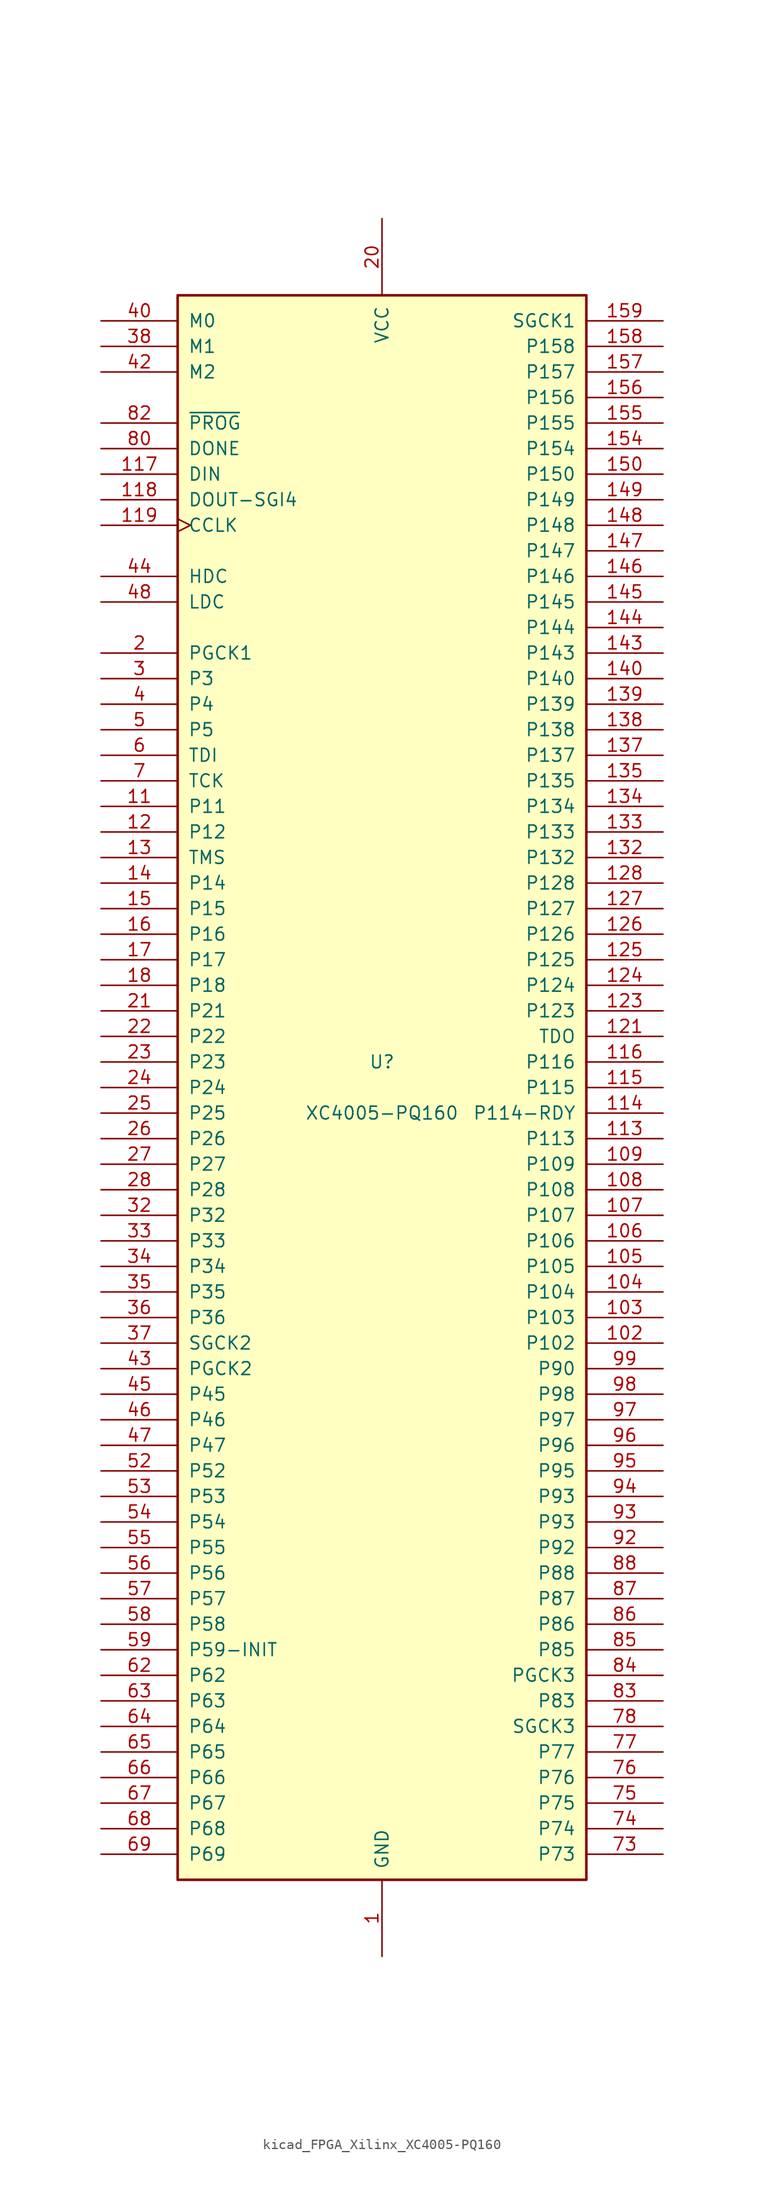
<source format=kicad_sym>
(kicad_symbol_lib
  (version 20220914)
  (generator kicad_symbol_editor)
  (symbol "kicad_FPGA_Xilinx_XC4005-PQ160"
    (pin_names
      (offset 1.016))
    (property "Reference" "U"
      (at 0 2.54 0)
      (effects (font (size 1.27 1.27))))
    (property "Value" "XC4005-PQ160"
      (at 0 -2.54 0)
      (effects (font (size 1.27 1.27))))
    (symbol "kicad_FPGA_Xilinx_XC4005-PQ160_0_1"
      (rectangle (start -20.32 -78.74) (end 20.32 78.74) (stroke (width 0.254) (type default)) (fill (type background))))
    (symbol "kicad_FPGA_Xilinx_XC4005-PQ160_1_1"
      (pin power_in line (at 0 -86.36 90) (length 7.62) (name "GND" (effects (font (size 1.27 1.27)))) (number "1" (effects (font (size 1.27 1.27)))))
      (pin passive line (at 0 -86.36 90) (length 7.62) hide (name "GND" (effects (font (size 1.27 1.27)))) (number "10" (effects (font (size 1.27 1.27)))))
      (pin passive line (at 0 86.36 270) (length 7.62) hide (name "VCC" (effects (font (size 1.27 1.27)))) (number "100" (effects (font (size 1.27 1.27)))))
      (pin passive line (at 0 -86.36 90) (length 7.62) hide (name "GND" (effects (font (size 1.27 1.27)))) (number "101" (effects (font (size 1.27 1.27)))))
      (pin passive line (at 27.94 -25.4 180) (length 7.62) (name "P102" (effects (font (size 1.27 1.27)))) (number "102" (effects (font (size 1.27 1.27)))))
      (pin passive line (at 27.94 -22.86 180) (length 7.62) (name "P103" (effects (font (size 1.27 1.27)))) (number "103" (effects (font (size 1.27 1.27)))))
      (pin passive line (at 27.94 -20.32 180) (length 7.62) (name "P104" (effects (font (size 1.27 1.27)))) (number "104" (effects (font (size 1.27 1.27)))))
      (pin passive line (at 27.94 -17.78 180) (length 7.62) (name "P105" (effects (font (size 1.27 1.27)))) (number "105" (effects (font (size 1.27 1.27)))))
      (pin passive line (at 27.94 -15.24 180) (length 7.62) (name "P106" (effects (font (size 1.27 1.27)))) (number "106" (effects (font (size 1.27 1.27)))))
      (pin passive line (at 27.94 -12.7 180) (length 7.62) (name "P107" (effects (font (size 1.27 1.27)))) (number "107" (effects (font (size 1.27 1.27)))))
      (pin passive line (at 27.94 -10.16 180) (length 7.62) (name "P108" (effects (font (size 1.27 1.27)))) (number "108" (effects (font (size 1.27 1.27)))))
      (pin passive line (at 27.94 -7.62 180) (length 7.62) (name "P109" (effects (font (size 1.27 1.27)))) (number "109" (effects (font (size 1.27 1.27)))))
      (pin passive line (at -27.94 27.94 0) (length 7.62) (name "P11" (effects (font (size 1.27 1.27)))) (number "11" (effects (font (size 1.27 1.27)))))
      (pin passive line (at 0 -86.36 90) (length 7.62) hide (name "GND" (effects (font (size 1.27 1.27)))) (number "110" (effects (font (size 1.27 1.27)))))
      (pin passive line (at 27.94 -5.08 180) (length 7.62) (name "P113" (effects (font (size 1.27 1.27)))) (number "113" (effects (font (size 1.27 1.27)))))
      (pin passive line (at 27.94 -2.54 180) (length 7.62) (name "P114-RDY" (effects (font (size 1.27 1.27)))) (number "114" (effects (font (size 1.27 1.27)))))
      (pin passive line (at 27.94 0 180) (length 7.62) (name "P115" (effects (font (size 1.27 1.27)))) (number "115" (effects (font (size 1.27 1.27)))))
      (pin passive line (at 27.94 2.54 180) (length 7.62) (name "P116" (effects (font (size 1.27 1.27)))) (number "116" (effects (font (size 1.27 1.27)))))
      (pin input line (at -27.94 60.96 0) (length 7.62) (name "DIN" (effects (font (size 1.27 1.27)))) (number "117" (effects (font (size 1.27 1.27)))))
      (pin passive line (at -27.94 58.42 0) (length 7.62) (name "DOUT-SGI4" (effects (font (size 1.27 1.27)))) (number "118" (effects (font (size 1.27 1.27)))))
      (pin passive clock (at -27.94 55.88 0) (length 7.62) (name "CCLK" (effects (font (size 1.27 1.27)))) (number "119" (effects (font (size 1.27 1.27)))))
      (pin passive line (at -27.94 25.4 0) (length 7.62) (name "P12" (effects (font (size 1.27 1.27)))) (number "12" (effects (font (size 1.27 1.27)))))
      (pin passive line (at 0 86.36 270) (length 7.62) hide (name "VCC" (effects (font (size 1.27 1.27)))) (number "120" (effects (font (size 1.27 1.27)))))
      (pin output line (at 27.94 5.08 180) (length 7.62) (name "TDO" (effects (font (size 1.27 1.27)))) (number "121" (effects (font (size 1.27 1.27)))))
      (pin passive line (at 0 -86.36 90) (length 7.62) hide (name "GND" (effects (font (size 1.27 1.27)))) (number "122" (effects (font (size 1.27 1.27)))))
      (pin passive line (at 27.94 7.62 180) (length 7.62) (name "P123" (effects (font (size 1.27 1.27)))) (number "123" (effects (font (size 1.27 1.27)))))
      (pin passive line (at 27.94 10.16 180) (length 7.62) (name "P124" (effects (font (size 1.27 1.27)))) (number "124" (effects (font (size 1.27 1.27)))))
      (pin passive line (at 27.94 12.7 180) (length 7.62) (name "P125" (effects (font (size 1.27 1.27)))) (number "125" (effects (font (size 1.27 1.27)))))
      (pin passive line (at 27.94 15.24 180) (length 7.62) (name "P126" (effects (font (size 1.27 1.27)))) (number "126" (effects (font (size 1.27 1.27)))))
      (pin passive line (at 27.94 17.78 180) (length 7.62) (name "P127" (effects (font (size 1.27 1.27)))) (number "127" (effects (font (size 1.27 1.27)))))
      (pin passive line (at 27.94 20.32 180) (length 7.62) (name "P128" (effects (font (size 1.27 1.27)))) (number "128" (effects (font (size 1.27 1.27)))))
      (pin passive line (at -27.94 22.86 0) (length 7.62) (name "TMS" (effects (font (size 1.27 1.27)))) (number "13" (effects (font (size 1.27 1.27)))))
      (pin passive line (at 0 -86.36 90) (length 7.62) hide (name "GND" (effects (font (size 1.27 1.27)))) (number "131" (effects (font (size 1.27 1.27)))))
      (pin passive line (at 27.94 22.86 180) (length 7.62) (name "P132" (effects (font (size 1.27 1.27)))) (number "132" (effects (font (size 1.27 1.27)))))
      (pin passive line (at 27.94 25.4 180) (length 7.62) (name "P133" (effects (font (size 1.27 1.27)))) (number "133" (effects (font (size 1.27 1.27)))))
      (pin passive line (at 27.94 27.94 180) (length 7.62) (name "P134" (effects (font (size 1.27 1.27)))) (number "134" (effects (font (size 1.27 1.27)))))
      (pin passive line (at 27.94 30.48 180) (length 7.62) (name "P135" (effects (font (size 1.27 1.27)))) (number "135" (effects (font (size 1.27 1.27)))))
      (pin passive line (at 27.94 33.02 180) (length 7.62) (name "P137" (effects (font (size 1.27 1.27)))) (number "137" (effects (font (size 1.27 1.27)))))
      (pin passive line (at 27.94 35.56 180) (length 7.62) (name "P138" (effects (font (size 1.27 1.27)))) (number "138" (effects (font (size 1.27 1.27)))))
      (pin passive line (at 27.94 38.1 180) (length 7.62) (name "P139" (effects (font (size 1.27 1.27)))) (number "139" (effects (font (size 1.27 1.27)))))
      (pin passive line (at -27.94 20.32 0) (length 7.62) (name "P14" (effects (font (size 1.27 1.27)))) (number "14" (effects (font (size 1.27 1.27)))))
      (pin passive line (at 27.94 40.64 180) (length 7.62) (name "P140" (effects (font (size 1.27 1.27)))) (number "140" (effects (font (size 1.27 1.27)))))
      (pin passive line (at 0 -86.36 90) (length 7.62) hide (name "GND" (effects (font (size 1.27 1.27)))) (number "141" (effects (font (size 1.27 1.27)))))
      (pin passive line (at 0 86.36 270) (length 7.62) hide (name "VCC" (effects (font (size 1.27 1.27)))) (number "142" (effects (font (size 1.27 1.27)))))
      (pin passive line (at 27.94 43.18 180) (length 7.62) (name "P143" (effects (font (size 1.27 1.27)))) (number "143" (effects (font (size 1.27 1.27)))))
      (pin passive line (at 27.94 45.72 180) (length 7.62) (name "P144" (effects (font (size 1.27 1.27)))) (number "144" (effects (font (size 1.27 1.27)))))
      (pin passive line (at 27.94 48.26 180) (length 7.62) (name "P145" (effects (font (size 1.27 1.27)))) (number "145" (effects (font (size 1.27 1.27)))))
      (pin passive line (at 27.94 50.8 180) (length 7.62) (name "P146" (effects (font (size 1.27 1.27)))) (number "146" (effects (font (size 1.27 1.27)))))
      (pin passive line (at 27.94 53.34 180) (length 7.62) (name "P147" (effects (font (size 1.27 1.27)))) (number "147" (effects (font (size 1.27 1.27)))))
      (pin passive line (at 27.94 55.88 180) (length 7.62) (name "P148" (effects (font (size 1.27 1.27)))) (number "148" (effects (font (size 1.27 1.27)))))
      (pin passive line (at 27.94 58.42 180) (length 7.62) (name "P149" (effects (font (size 1.27 1.27)))) (number "149" (effects (font (size 1.27 1.27)))))
      (pin passive line (at -27.94 17.78 0) (length 7.62) (name "P15" (effects (font (size 1.27 1.27)))) (number "15" (effects (font (size 1.27 1.27)))))
      (pin passive line (at 27.94 60.96 180) (length 7.62) (name "P150" (effects (font (size 1.27 1.27)))) (number "150" (effects (font (size 1.27 1.27)))))
      (pin passive line (at 0 -86.36 90) (length 7.62) hide (name "GND" (effects (font (size 1.27 1.27)))) (number "151" (effects (font (size 1.27 1.27)))))
      (pin passive line (at 27.94 63.5 180) (length 7.62) (name "P154" (effects (font (size 1.27 1.27)))) (number "154" (effects (font (size 1.27 1.27)))))
      (pin passive line (at 27.94 66.04 180) (length 7.62) (name "P155" (effects (font (size 1.27 1.27)))) (number "155" (effects (font (size 1.27 1.27)))))
      (pin passive line (at 27.94 68.58 180) (length 7.62) (name "P156" (effects (font (size 1.27 1.27)))) (number "156" (effects (font (size 1.27 1.27)))))
      (pin passive line (at 27.94 71.12 180) (length 7.62) (name "P157" (effects (font (size 1.27 1.27)))) (number "157" (effects (font (size 1.27 1.27)))))
      (pin passive line (at 27.94 73.66 180) (length 7.62) (name "P158" (effects (font (size 1.27 1.27)))) (number "158" (effects (font (size 1.27 1.27)))))
      (pin passive line (at 27.94 76.2 180) (length 7.62) (name "SGCK1" (effects (font (size 1.27 1.27)))) (number "159" (effects (font (size 1.27 1.27)))))
      (pin passive line (at -27.94 15.24 0) (length 7.62) (name "P16" (effects (font (size 1.27 1.27)))) (number "16" (effects (font (size 1.27 1.27)))))
      (pin passive line (at 0 86.36 270) (length 7.62) hide (name "VCC" (effects (font (size 1.27 1.27)))) (number "160" (effects (font (size 1.27 1.27)))))
      (pin passive line (at -27.94 12.7 0) (length 7.62) (name "P17" (effects (font (size 1.27 1.27)))) (number "17" (effects (font (size 1.27 1.27)))))
      (pin passive line (at -27.94 10.16 0) (length 7.62) (name "P18" (effects (font (size 1.27 1.27)))) (number "18" (effects (font (size 1.27 1.27)))))
      (pin passive line (at 0 -86.36 90) (length 7.62) hide (name "GND" (effects (font (size 1.27 1.27)))) (number "19" (effects (font (size 1.27 1.27)))))
      (pin bidirectional line (at -27.94 43.18 0) (length 7.62) (name "PGCK1" (effects (font (size 1.27 1.27)))) (number "2" (effects (font (size 1.27 1.27)))))
      (pin power_in line (at 0 86.36 270) (length 7.62) (name "VCC" (effects (font (size 1.27 1.27)))) (number "20" (effects (font (size 1.27 1.27)))))
      (pin passive line (at -27.94 7.62 0) (length 7.62) (name "P21" (effects (font (size 1.27 1.27)))) (number "21" (effects (font (size 1.27 1.27)))))
      (pin passive line (at -27.94 5.08 0) (length 7.62) (name "P22" (effects (font (size 1.27 1.27)))) (number "22" (effects (font (size 1.27 1.27)))))
      (pin passive line (at -27.94 2.54 0) (length 7.62) (name "P23" (effects (font (size 1.27 1.27)))) (number "23" (effects (font (size 1.27 1.27)))))
      (pin passive line (at -27.94 0 0) (length 7.62) (name "P24" (effects (font (size 1.27 1.27)))) (number "24" (effects (font (size 1.27 1.27)))))
      (pin passive line (at -27.94 -2.54 0) (length 7.62) (name "P25" (effects (font (size 1.27 1.27)))) (number "25" (effects (font (size 1.27 1.27)))))
      (pin passive line (at -27.94 -5.08 0) (length 7.62) (name "P26" (effects (font (size 1.27 1.27)))) (number "26" (effects (font (size 1.27 1.27)))))
      (pin passive line (at -27.94 -7.62 0) (length 7.62) (name "P27" (effects (font (size 1.27 1.27)))) (number "27" (effects (font (size 1.27 1.27)))))
      (pin passive line (at -27.94 -10.16 0) (length 7.62) (name "P28" (effects (font (size 1.27 1.27)))) (number "28" (effects (font (size 1.27 1.27)))))
      (pin passive line (at 0 -86.36 90) (length 7.62) hide (name "GND" (effects (font (size 1.27 1.27)))) (number "29" (effects (font (size 1.27 1.27)))))
      (pin passive line (at -27.94 40.64 0) (length 7.62) (name "P3" (effects (font (size 1.27 1.27)))) (number "3" (effects (font (size 1.27 1.27)))))
      (pin passive line (at -27.94 -12.7 0) (length 7.62) (name "P32" (effects (font (size 1.27 1.27)))) (number "32" (effects (font (size 1.27 1.27)))))
      (pin passive line (at -27.94 -15.24 0) (length 7.62) (name "P33" (effects (font (size 1.27 1.27)))) (number "33" (effects (font (size 1.27 1.27)))))
      (pin passive line (at -27.94 -17.78 0) (length 7.62) (name "P34" (effects (font (size 1.27 1.27)))) (number "34" (effects (font (size 1.27 1.27)))))
      (pin passive line (at -27.94 -20.32 0) (length 7.62) (name "P35" (effects (font (size 1.27 1.27)))) (number "35" (effects (font (size 1.27 1.27)))))
      (pin passive line (at -27.94 -22.86 0) (length 7.62) (name "P36" (effects (font (size 1.27 1.27)))) (number "36" (effects (font (size 1.27 1.27)))))
      (pin passive line (at -27.94 -25.4 0) (length 7.62) (name "SGCK2" (effects (font (size 1.27 1.27)))) (number "37" (effects (font (size 1.27 1.27)))))
      (pin input line (at -27.94 73.66 0) (length 7.62) (name "M1" (effects (font (size 1.27 1.27)))) (number "38" (effects (font (size 1.27 1.27)))))
      (pin passive line (at 0 -86.36 90) (length 7.62) hide (name "GND" (effects (font (size 1.27 1.27)))) (number "39" (effects (font (size 1.27 1.27)))))
      (pin passive line (at -27.94 38.1 0) (length 7.62) (name "P4" (effects (font (size 1.27 1.27)))) (number "4" (effects (font (size 1.27 1.27)))))
      (pin input line (at -27.94 76.2 0) (length 7.62) (name "M0" (effects (font (size 1.27 1.27)))) (number "40" (effects (font (size 1.27 1.27)))))
      (pin passive line (at 0 86.36 270) (length 7.62) hide (name "VCC" (effects (font (size 1.27 1.27)))) (number "41" (effects (font (size 1.27 1.27)))))
      (pin input line (at -27.94 71.12 0) (length 7.62) (name "M2" (effects (font (size 1.27 1.27)))) (number "42" (effects (font (size 1.27 1.27)))))
      (pin passive line (at -27.94 -27.94 0) (length 7.62) (name "PGCK2" (effects (font (size 1.27 1.27)))) (number "43" (effects (font (size 1.27 1.27)))))
      (pin passive line (at -27.94 50.8 0) (length 7.62) (name "HDC" (effects (font (size 1.27 1.27)))) (number "44" (effects (font (size 1.27 1.27)))))
      (pin passive line (at -27.94 -30.48 0) (length 7.62) (name "P45" (effects (font (size 1.27 1.27)))) (number "45" (effects (font (size 1.27 1.27)))))
      (pin passive line (at -27.94 -33.02 0) (length 7.62) (name "P46" (effects (font (size 1.27 1.27)))) (number "46" (effects (font (size 1.27 1.27)))))
      (pin passive line (at -27.94 -35.56 0) (length 7.62) (name "P47" (effects (font (size 1.27 1.27)))) (number "47" (effects (font (size 1.27 1.27)))))
      (pin passive line (at -27.94 48.26 0) (length 7.62) (name "LDC" (effects (font (size 1.27 1.27)))) (number "48" (effects (font (size 1.27 1.27)))))
      (pin passive line (at -27.94 35.56 0) (length 7.62) (name "P5" (effects (font (size 1.27 1.27)))) (number "5" (effects (font (size 1.27 1.27)))))
      (pin passive line (at 0 -86.36 90) (length 7.62) hide (name "GND" (effects (font (size 1.27 1.27)))) (number "51" (effects (font (size 1.27 1.27)))))
      (pin passive line (at -27.94 -38.1 0) (length 7.62) (name "P52" (effects (font (size 1.27 1.27)))) (number "52" (effects (font (size 1.27 1.27)))))
      (pin passive line (at -27.94 -40.64 0) (length 7.62) (name "P53" (effects (font (size 1.27 1.27)))) (number "53" (effects (font (size 1.27 1.27)))))
      (pin passive line (at -27.94 -43.18 0) (length 7.62) (name "P54" (effects (font (size 1.27 1.27)))) (number "54" (effects (font (size 1.27 1.27)))))
      (pin passive line (at -27.94 -45.72 0) (length 7.62) (name "P55" (effects (font (size 1.27 1.27)))) (number "55" (effects (font (size 1.27 1.27)))))
      (pin passive line (at -27.94 -48.26 0) (length 7.62) (name "P56" (effects (font (size 1.27 1.27)))) (number "56" (effects (font (size 1.27 1.27)))))
      (pin passive line (at -27.94 -50.8 0) (length 7.62) (name "P57" (effects (font (size 1.27 1.27)))) (number "57" (effects (font (size 1.27 1.27)))))
      (pin passive line (at -27.94 -53.34 0) (length 7.62) (name "P58" (effects (font (size 1.27 1.27)))) (number "58" (effects (font (size 1.27 1.27)))))
      (pin passive line (at -27.94 -55.88 0) (length 7.62) (name "P59-INIT" (effects (font (size 1.27 1.27)))) (number "59" (effects (font (size 1.27 1.27)))))
      (pin passive line (at -27.94 33.02 0) (length 7.62) (name "TDI" (effects (font (size 1.27 1.27)))) (number "6" (effects (font (size 1.27 1.27)))))
      (pin passive line (at 0 86.36 270) (length 7.62) hide (name "VCC" (effects (font (size 1.27 1.27)))) (number "60" (effects (font (size 1.27 1.27)))))
      (pin passive line (at 0 -86.36 90) (length 7.62) hide (name "GND" (effects (font (size 1.27 1.27)))) (number "61" (effects (font (size 1.27 1.27)))))
      (pin passive line (at -27.94 -58.42 0) (length 7.62) (name "P62" (effects (font (size 1.27 1.27)))) (number "62" (effects (font (size 1.27 1.27)))))
      (pin passive line (at -27.94 -60.96 0) (length 7.62) (name "P63" (effects (font (size 1.27 1.27)))) (number "63" (effects (font (size 1.27 1.27)))))
      (pin passive line (at -27.94 -63.5 0) (length 7.62) (name "P64" (effects (font (size 1.27 1.27)))) (number "64" (effects (font (size 1.27 1.27)))))
      (pin passive line (at -27.94 -66.04 0) (length 7.62) (name "P65" (effects (font (size 1.27 1.27)))) (number "65" (effects (font (size 1.27 1.27)))))
      (pin passive line (at -27.94 -68.58 0) (length 7.62) (name "P66" (effects (font (size 1.27 1.27)))) (number "66" (effects (font (size 1.27 1.27)))))
      (pin passive line (at -27.94 -71.12 0) (length 7.62) (name "P67" (effects (font (size 1.27 1.27)))) (number "67" (effects (font (size 1.27 1.27)))))
      (pin bidirectional line (at -27.94 -73.66 0) (length 7.62) (name "P68" (effects (font (size 1.27 1.27)))) (number "68" (effects (font (size 1.27 1.27)))))
      (pin passive line (at -27.94 -76.2 0) (length 7.62) (name "P69" (effects (font (size 1.27 1.27)))) (number "69" (effects (font (size 1.27 1.27)))))
      (pin passive line (at -27.94 30.48 0) (length 7.62) (name "TCK" (effects (font (size 1.27 1.27)))) (number "7" (effects (font (size 1.27 1.27)))))
      (pin passive line (at 0 -86.36 90) (length 7.62) hide (name "GND" (effects (font (size 1.27 1.27)))) (number "70" (effects (font (size 1.27 1.27)))))
      (pin passive line (at 27.94 -76.2 180) (length 7.62) (name "P73" (effects (font (size 1.27 1.27)))) (number "73" (effects (font (size 1.27 1.27)))))
      (pin passive line (at 27.94 -73.66 180) (length 7.62) (name "P74" (effects (font (size 1.27 1.27)))) (number "74" (effects (font (size 1.27 1.27)))))
      (pin passive line (at 27.94 -71.12 180) (length 7.62) (name "P75" (effects (font (size 1.27 1.27)))) (number "75" (effects (font (size 1.27 1.27)))))
      (pin passive line (at 27.94 -68.58 180) (length 7.62) (name "P76" (effects (font (size 1.27 1.27)))) (number "76" (effects (font (size 1.27 1.27)))))
      (pin passive line (at 27.94 -66.04 180) (length 7.62) (name "P77" (effects (font (size 1.27 1.27)))) (number "77" (effects (font (size 1.27 1.27)))))
      (pin passive line (at 27.94 -63.5 180) (length 7.62) (name "SGCK3" (effects (font (size 1.27 1.27)))) (number "78" (effects (font (size 1.27 1.27)))))
      (pin passive line (at 0 -86.36 90) (length 7.62) hide (name "GND" (effects (font (size 1.27 1.27)))) (number "79" (effects (font (size 1.27 1.27)))))
      (pin bidirectional line (at -27.94 63.5 0) (length 7.62) (name "DONE" (effects (font (size 1.27 1.27)))) (number "80" (effects (font (size 1.27 1.27)))))
      (pin passive line (at 0 86.36 270) (length 7.62) hide (name "VCC" (effects (font (size 1.27 1.27)))) (number "81" (effects (font (size 1.27 1.27)))))
      (pin input line (at -27.94 66.04 0) (length 7.62) (name "~{PROG}" (effects (font (size 1.27 1.27)))) (number "82" (effects (font (size 1.27 1.27)))))
      (pin passive line (at 27.94 -60.96 180) (length 7.62) (name "P83" (effects (font (size 1.27 1.27)))) (number "83" (effects (font (size 1.27 1.27)))))
      (pin passive line (at 27.94 -58.42 180) (length 7.62) (name "PGCK3" (effects (font (size 1.27 1.27)))) (number "84" (effects (font (size 1.27 1.27)))))
      (pin passive line (at 27.94 -55.88 180) (length 7.62) (name "P85" (effects (font (size 1.27 1.27)))) (number "85" (effects (font (size 1.27 1.27)))))
      (pin passive line (at 27.94 -53.34 180) (length 7.62) (name "P86" (effects (font (size 1.27 1.27)))) (number "86" (effects (font (size 1.27 1.27)))))
      (pin passive line (at 27.94 -50.8 180) (length 7.62) (name "P87" (effects (font (size 1.27 1.27)))) (number "87" (effects (font (size 1.27 1.27)))))
      (pin passive line (at 27.94 -48.26 180) (length 7.62) (name "P88" (effects (font (size 1.27 1.27)))) (number "88" (effects (font (size 1.27 1.27)))))
      (pin passive line (at 0 -86.36 90) (length 7.62) hide (name "GND" (effects (font (size 1.27 1.27)))) (number "91" (effects (font (size 1.27 1.27)))))
      (pin passive line (at 27.94 -45.72 180) (length 7.62) (name "P92" (effects (font (size 1.27 1.27)))) (number "92" (effects (font (size 1.27 1.27)))))
      (pin passive line (at 27.94 -43.18 180) (length 7.62) (name "P93" (effects (font (size 1.27 1.27)))) (number "93" (effects (font (size 1.27 1.27)))))
      (pin passive line (at 27.94 -40.64 180) (length 7.62) (name "P93" (effects (font (size 1.27 1.27)))) (number "94" (effects (font (size 1.27 1.27)))))
      (pin passive line (at 27.94 -38.1 180) (length 7.62) (name "P95" (effects (font (size 1.27 1.27)))) (number "95" (effects (font (size 1.27 1.27)))))
      (pin passive line (at 27.94 -35.56 180) (length 7.62) (name "P96" (effects (font (size 1.27 1.27)))) (number "96" (effects (font (size 1.27 1.27)))))
      (pin passive line (at 27.94 -33.02 180) (length 7.62) (name "P97" (effects (font (size 1.27 1.27)))) (number "97" (effects (font (size 1.27 1.27)))))
      (pin passive line (at 27.94 -30.48 180) (length 7.62) (name "P98" (effects (font (size 1.27 1.27)))) (number "98" (effects (font (size 1.27 1.27)))))
      (pin passive line (at 27.94 -27.94 180) (length 7.62) (name "P90" (effects (font (size 1.27 1.27)))) (number "99" (effects (font (size 1.27 1.27))))))))
</source>
